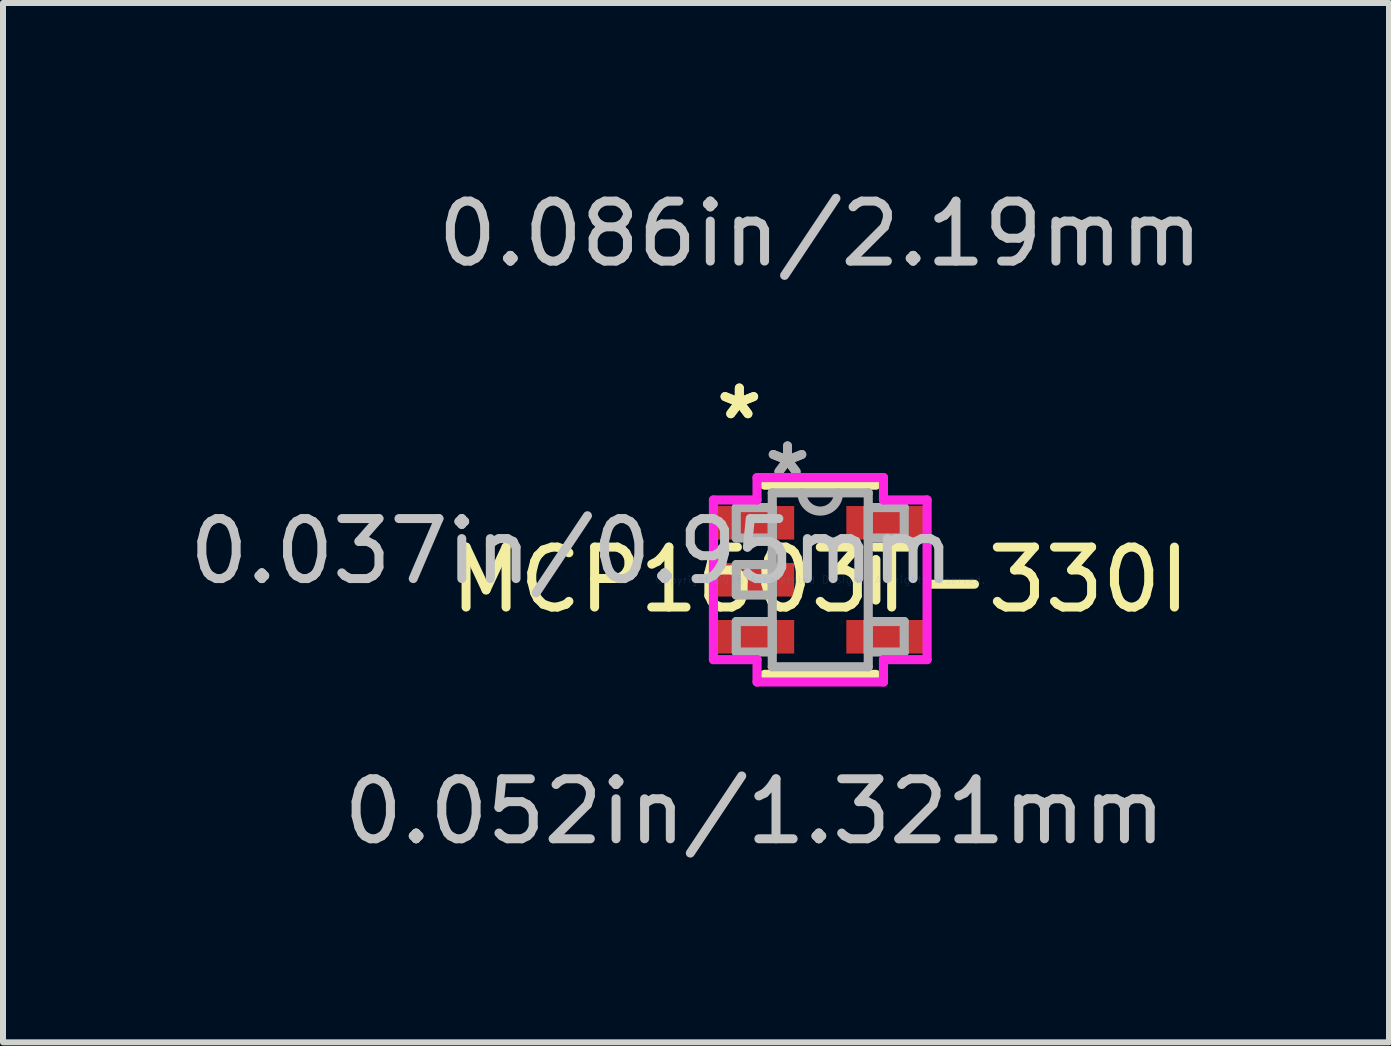
<source format=kicad_pcb>
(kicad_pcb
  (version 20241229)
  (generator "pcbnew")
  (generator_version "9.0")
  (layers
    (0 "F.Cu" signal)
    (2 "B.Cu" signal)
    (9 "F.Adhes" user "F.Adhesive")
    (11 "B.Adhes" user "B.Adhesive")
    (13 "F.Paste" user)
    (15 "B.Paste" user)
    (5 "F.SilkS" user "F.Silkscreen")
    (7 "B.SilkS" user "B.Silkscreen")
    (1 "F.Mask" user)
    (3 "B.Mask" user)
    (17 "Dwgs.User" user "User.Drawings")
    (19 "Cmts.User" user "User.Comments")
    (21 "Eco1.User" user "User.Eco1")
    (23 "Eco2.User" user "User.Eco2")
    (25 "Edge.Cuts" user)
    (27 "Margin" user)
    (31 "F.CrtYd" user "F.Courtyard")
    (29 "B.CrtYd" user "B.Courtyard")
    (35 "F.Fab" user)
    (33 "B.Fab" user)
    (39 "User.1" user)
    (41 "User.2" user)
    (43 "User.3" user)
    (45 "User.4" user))
  (footprint "MCP1603T-330I"
    (layer "F.Cu")
    (at 10.625 6.616)
    (property "Reference" "MCP1603T-330I" (at 0 0 0) (layer "F.SilkS") (effects (font (size 1 1) (thickness 0.15))))
    (attr through_hole)
    (fp_line (start -0.927 1.577) (end 0.927 1.577) (stroke (width 0.152) (type solid)) (layer "F.SilkS"))
    (fp_line (start 0.927 -1.577) (end -0.927 -1.577) (stroke (width 0.152) (type solid)) (layer "F.SilkS"))
    (fp_line (start 0.927 0.338) (end 0.927 -0.338) (stroke (width 0.152) (type solid)) (layer "F.SilkS"))
    (fp_line (start -1.781 -1.331) (end -1.054 -1.331) (stroke (width 0.152) (type solid)) (layer "F.CrtYd"))
    (fp_line (start -1.781 1.331) (end -1.781 -1.331) (stroke (width 0.152) (type solid)) (layer "F.CrtYd"))
    (fp_line (start -1.054 -1.704) (end 1.054 -1.704) (stroke (width 0.152) (type solid)) (layer "F.CrtYd"))
    (fp_line (start -1.054 -1.331) (end -1.054 -1.704) (stroke (width 0.152) (type solid)) (layer "F.CrtYd"))
    (fp_line (start -1.054 1.331) (end -1.781 1.331) (stroke (width 0.152) (type solid)) (layer "F.CrtYd"))
    (fp_line (start -1.054 1.704) (end -1.054 1.331) (stroke (width 0.152) (type solid)) (layer "F.CrtYd"))
    (fp_line (start 1.054 -1.704) (end 1.054 -1.331) (stroke (width 0.152) (type solid)) (layer "F.CrtYd"))
    (fp_line (start 1.054 -1.331) (end 1.781 -1.331) (stroke (width 0.152) (type solid)) (layer "F.CrtYd"))
    (fp_line (start 1.054 1.331) (end 1.054 1.704) (stroke (width 0.152) (type solid)) (layer "F.CrtYd"))
    (fp_line (start 1.054 1.704) (end -1.054 1.704) (stroke (width 0.152) (type solid)) (layer "F.CrtYd"))
    (fp_line (start 1.781 -1.331) (end 1.781 1.331) (stroke (width 0.152) (type solid)) (layer "F.CrtYd"))
    (fp_line (start 1.781 1.331) (end 1.054 1.331) (stroke (width 0.152) (type solid)) (layer "F.CrtYd"))
    (fp_line (start -1.4 -1.204) (end -1.4 -0.696) (stroke (width 0.152) (type solid)) (layer "F.Fab"))
    (fp_line (start -1.4 -0.696) (end -0.8 -0.696) (stroke (width 0.152) (type solid)) (layer "F.Fab"))
    (fp_line (start -1.4 -0.254) (end -1.4 0.254) (stroke (width 0.152) (type solid)) (layer "F.Fab"))
    (fp_line (start -1.4 0.254) (end -0.8 0.254) (stroke (width 0.152) (type solid)) (layer "F.Fab"))
    (fp_line (start -1.4 0.696) (end -1.4 1.204) (stroke (width 0.152) (type solid)) (layer "F.Fab"))
    (fp_line (start -1.4 1.204) (end -0.8 1.204) (stroke (width 0.152) (type solid)) (layer "F.Fab"))
    (fp_line (start -0.8 -1.45) (end -0.8 1.45) (stroke (width 0.152) (type solid)) (layer "F.Fab"))
    (fp_line (start -0.8 -1.204) (end -1.4 -1.204) (stroke (width 0.152) (type solid)) (layer "F.Fab"))
    (fp_line (start -0.8 -0.696) (end -0.8 -1.204) (stroke (width 0.152) (type solid)) (layer "F.Fab"))
    (fp_line (start -0.8 -0.254) (end -1.4 -0.254) (stroke (width 0.152) (type solid)) (layer "F.Fab"))
    (fp_line (start -0.8 0.254) (end -0.8 -0.254) (stroke (width 0.152) (type solid)) (layer "F.Fab"))
    (fp_line (start -0.8 0.696) (end -1.4 0.696) (stroke (width 0.152) (type solid)) (layer "F.Fab"))
    (fp_line (start -0.8 1.204) (end -0.8 0.696) (stroke (width 0.152) (type solid)) (layer "F.Fab"))
    (fp_line (start -0.8 1.45) (end 0.8 1.45) (stroke (width 0.152) (type solid)) (layer "F.Fab"))
    (fp_line (start 0.8 -1.45) (end -0.8 -1.45) (stroke (width 0.152) (type solid)) (layer "F.Fab"))
    (fp_line (start 0.8 -1.204) (end 0.8 -0.696) (stroke (width 0.152) (type solid)) (layer "F.Fab"))
    (fp_line (start 0.8 -0.696) (end 1.4 -0.696) (stroke (width 0.152) (type solid)) (layer "F.Fab"))
    (fp_line (start 0.8 0.696) (end 0.8 1.204) (stroke (width 0.152) (type solid)) (layer "F.Fab"))
    (fp_line (start 0.8 1.204) (end 1.4 1.204) (stroke (width 0.152) (type solid)) (layer "F.Fab"))
    (fp_line (start 0.8 1.45) (end 0.8 -1.45) (stroke (width 0.152) (type solid)) (layer "F.Fab"))
    (fp_line (start 1.4 -1.204) (end 0.8 -1.204) (stroke (width 0.152) (type solid)) (layer "F.Fab"))
    (fp_line (start 1.4 -0.696) (end 1.4 -1.204) (stroke (width 0.152) (type solid)) (layer "F.Fab"))
    (fp_line (start 1.4 0.696) (end 0.8 0.696) (stroke (width 0.152) (type solid)) (layer "F.Fab"))
    (fp_line (start 1.4 1.204) (end 1.4 0.696) (stroke (width 0.152) (type solid)) (layer "F.Fab"))
    (fp_arc (start 0.3048 -1.45) (mid 0 -1.1452) (end -0.3048 -1.45) (stroke (width 0.1524) (type solid)) (layer "F.Fab"))
    (fp_text user "*" (at -1.349 -2.652 0) (layer "F.SilkS") (effects (font (size 1 1) (thickness 0.15))))
    (fp_text user "*" (at -1.349 -2.652 0) (layer "F.SilkS") (effects (font (size 1 1) (thickness 0.15))))
    (fp_text user "0.037in/0.95mm" (at -4.143 -0.475 0) (layer "Dwgs.User") (effects (font (size 1 1) (thickness 0.15))))
    (fp_text user "0.086in/2.19mm" (at 0 -5.768 0) (layer "Dwgs.User") (effects (font (size 1 1) (thickness 0.15))))
    (fp_text user "0.052in/1.321mm" (at -1.095 3.863 0) (layer "Dwgs.User") (effects (font (size 1 1) (thickness 0.15))))
    (fp_text user "Copyright 2016 Accelerated Designs. All rights reserved." (at 0 0 0) (layer "Cmts.User") (effects (font (size 0.127 0.127) (thickness 0.002))))
    (fp_text user "*" (at -0.546 -1.687 0) (layer "F.Fab") (effects (font (size 1 1) (thickness 0.15))))
    (fp_text user "*" (at -0.546 -1.687 0) (layer "F.Fab") (effects (font (size 1 1) (thickness 0.15))))
    (pad "1" smd rect (at -1.095 -0.95) (size 1.321 0.559) (layers "F.Cu" "F.Mask" "F.Paste"))
    (pad "2" smd rect (at -1.095 0) (size 1.321 0.559) (layers "F.Cu" "F.Mask" "F.Paste"))
    (pad "3" smd rect (at -1.095 0.95) (size 1.321 0.559) (layers "F.Cu" "F.Mask" "F.Paste"))
    (pad "4" smd rect (at 1.095 0.95) (size 1.321 0.559) (layers "F.Cu" "F.Mask" "F.Paste"))
    (pad "5" smd rect (at 1.095 -0.95) (size 1.321 0.559) (layers "F.Cu" "F.Mask" "F.Paste")))
  (gr_rect
    (start -3 -3)
    (end 20.107 14.327)
    (stroke (width 0.1) (type default))
    (fill no)
    (layer "Edge.Cuts")))
</source>
